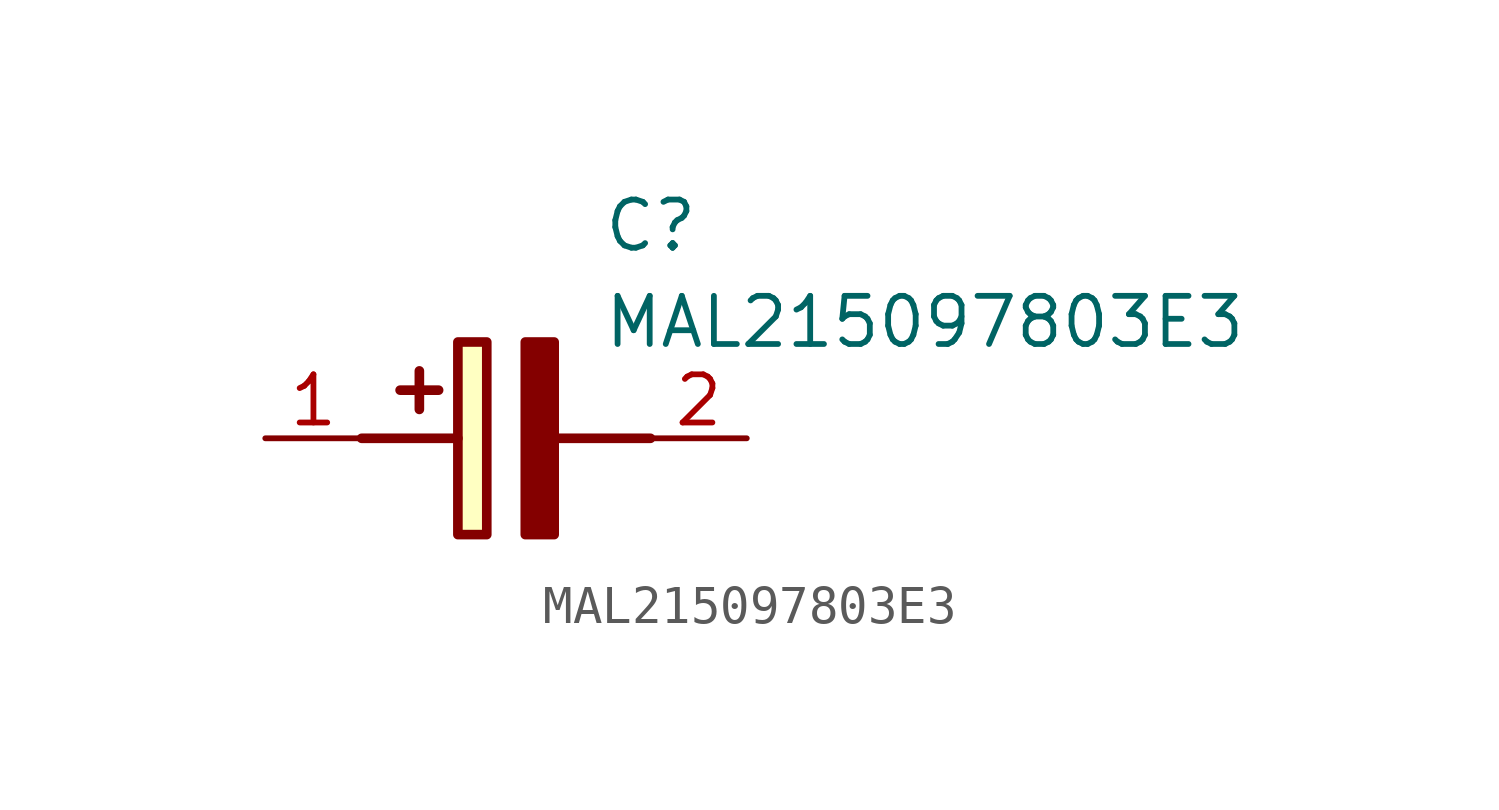
<source format=kicad_sym>
(kicad_symbol_lib
  (version 20211014)
  (generator SamacSys_ECAD_Model)
  (symbol "MAL215097803E3"
    (pin_names hide)
    (property "Reference" "C"
      (at 8.89 6.35 0)
      (effects (font (size 1.27 1.27)) (justify left top)))
    (property "Value" "MAL215097803E3"
      (at 8.89 3.81 0)
      (effects (font (size 1.27 1.27)) (justify left top)))
    (rectangle
      (start 5.08 2.54)
      (end 5.842 -2.54)
      (stroke (width 0.254) (type default))
      (fill (type background)))
    (polyline
      (pts (xy 4.572 1.27) (xy 3.556 1.27))
      (stroke (width 0.254) (type default))
      (fill (type none)))
    (polyline
      (pts (xy 4.064 1.778) (xy 4.064 0.762))
      (stroke (width 0.254) (type default))
      (fill (type none)))
    (polyline
      (pts (xy 2.54 0) (xy 5.08 0))
      (stroke (width 0.254) (type default))
      (fill (type none)))
    (polyline
      (pts (xy 7.62 0) (xy 10.16 0))
      (stroke (width 0.254) (type default))
      (fill (type none)))
    (polyline
      (pts (xy 7.62 2.54) (xy 7.62 -2.54) (xy 6.858 -2.54) (xy 6.858 2.54) (xy 7.62 2.54))
      (stroke (width 0.254) (type default))
      (fill (type outline)))
    (pin passive line
      (at 0 0 0)
      (length 2.54)
      (name "+" (effects (font (size 1.27 1.27))))
      (number "1" (effects (font (size 1.27 1.27)))))
    (pin passive line
      (at 12.7 0 180)
      (length 2.54)
      (name "-" (effects (font (size 1.27 1.27))))
      (number "2" (effects (font (size 1.27 1.27)))))))
</source>
